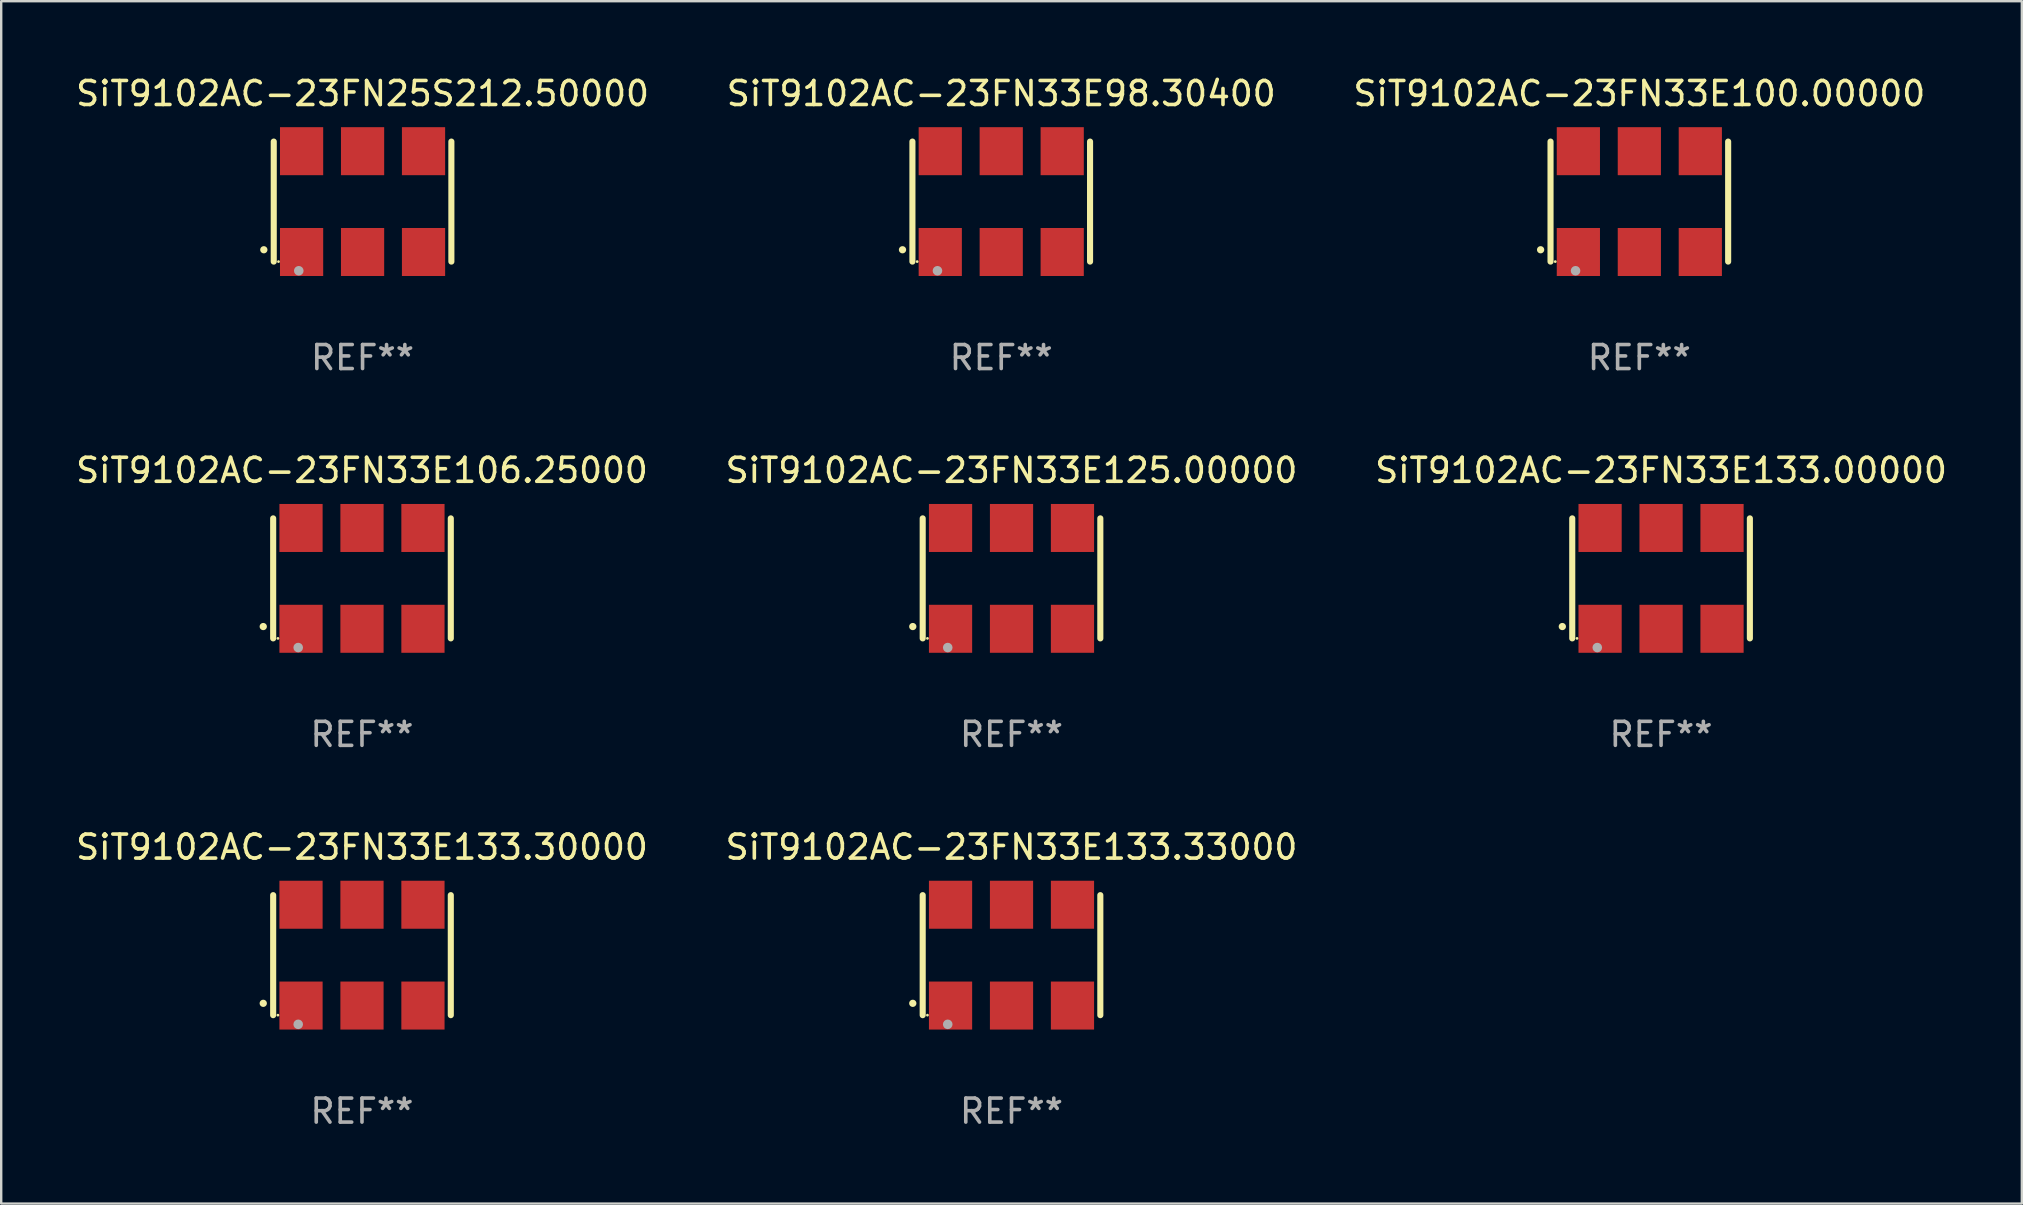
<source format=kicad_pcb>
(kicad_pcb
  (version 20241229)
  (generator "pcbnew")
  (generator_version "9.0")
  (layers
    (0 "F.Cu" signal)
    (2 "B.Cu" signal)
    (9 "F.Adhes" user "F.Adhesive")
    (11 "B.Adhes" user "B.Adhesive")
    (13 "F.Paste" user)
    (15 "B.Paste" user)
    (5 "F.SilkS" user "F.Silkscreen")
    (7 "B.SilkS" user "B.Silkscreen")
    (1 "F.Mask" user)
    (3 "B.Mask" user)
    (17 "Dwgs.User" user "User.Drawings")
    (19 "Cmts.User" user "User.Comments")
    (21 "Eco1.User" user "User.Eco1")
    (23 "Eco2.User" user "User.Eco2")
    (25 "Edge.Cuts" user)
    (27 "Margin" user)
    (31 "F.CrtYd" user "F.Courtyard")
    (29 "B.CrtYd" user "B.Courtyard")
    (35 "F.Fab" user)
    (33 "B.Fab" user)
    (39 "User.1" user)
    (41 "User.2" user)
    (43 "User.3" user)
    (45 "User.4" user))
  (footprint "SiT9102AC-23FN33E98.30400"
    (layer "F.Cu")
    (at 38.661 5.348)
    (property "Reference" "SiT9102AC-23FN33E98.30400" (at 0 -4.5 0) (layer "F.SilkS") (effects (font (size 1 1) (thickness 0.15))))
    (attr through_hole)
    (fp_line (start -3.7 -2.5) (end -3.7 2.5) (stroke (width 0.254) (type solid)) (layer "F.SilkS"))
    (fp_line (start 3.7 -2.5) (end 3.7 2.5) (stroke (width 0.254) (type solid)) (layer "F.SilkS"))
    (fp_arc (start -4.114415 2.006604) (mid -4.113145 2.006599) (end -4.111875 2.006604) (stroke (width 0.3) (type solid)) (layer "F.SilkS"))
    (fp_circle (center -3.502 2.5) (end -3.472 2.5) (stroke (width 0.06) (type solid)) (fill no) (layer "F.SilkS"))
    (fp_circle (center -2.657 2.882) (end -2.557 2.882) (stroke (width 0.2) (type solid)) (fill no) (layer "F.Fab"))
    (fp_text user "REF**" (at 0 6.5 0) (layer "F.Fab") (effects (font (size 1 1) (thickness 0.15))))
    (pad "1" smd rect (at -2.54 2.1) (size 1.8 2) (layers "F.Cu" "F.Mask" "F.Paste"))
    (pad "2" smd rect (at 0.000394 2.1) (size 1.8 2) (layers "F.Cu" "F.Mask" "F.Paste"))
    (pad "3" smd rect (at 2.54 2.1) (size 1.8 2) (layers "F.Cu" "F.Mask" "F.Paste"))
    (pad "4" smd rect (at 2.54 -2.1) (size 1.8 2) (layers "F.Cu" "F.Mask" "F.Paste"))
    (pad "5" smd rect (at 0.000394 -2.1) (size 1.8 2) (layers "F.Cu" "F.Mask" "F.Paste"))
    (pad "6" smd rect (at -2.54 -2.1) (size 1.8 2) (layers "F.Cu" "F.Mask" "F.Paste")))
  (footprint "SiT9102AC-23FN33E133.30000"
    (layer "F.Cu")
    (at 12.03 36.741)
    (property "Reference" "SiT9102AC-23FN33E133.30000" (at 0 -4.5 0) (layer "F.SilkS") (effects (font (size 1 1) (thickness 0.15))))
    (attr through_hole)
    (fp_line (start -3.7 -2.5) (end -3.7 2.5) (stroke (width 0.254) (type solid)) (layer "F.SilkS"))
    (fp_line (start 3.7 -2.5) (end 3.7 2.5) (stroke (width 0.254) (type solid)) (layer "F.SilkS"))
    (fp_arc (start -4.114415 2.006604) (mid -4.113145 2.006599) (end -4.111875 2.006604) (stroke (width 0.3) (type solid)) (layer "F.SilkS"))
    (fp_circle (center -3.502 2.5) (end -3.472 2.5) (stroke (width 0.06) (type solid)) (fill no) (layer "F.SilkS"))
    (fp_circle (center -2.657 2.882) (end -2.557 2.882) (stroke (width 0.2) (type solid)) (fill no) (layer "F.Fab"))
    (fp_text user "REF**" (at 0 6.5 0) (layer "F.Fab") (effects (font (size 1 1) (thickness 0.15))))
    (pad "1" smd rect (at -2.54 2.1) (size 1.8 2) (layers "F.Cu" "F.Mask" "F.Paste"))
    (pad "2" smd rect (at 0.000394 2.1) (size 1.8 2) (layers "F.Cu" "F.Mask" "F.Paste"))
    (pad "3" smd rect (at 2.54 2.1) (size 1.8 2) (layers "F.Cu" "F.Mask" "F.Paste"))
    (pad "4" smd rect (at 2.54 -2.1) (size 1.8 2) (layers "F.Cu" "F.Mask" "F.Paste"))
    (pad "5" smd rect (at 0.000394 -2.1) (size 1.8 2) (layers "F.Cu" "F.Mask" "F.Paste"))
    (pad "6" smd rect (at -2.54 -2.1) (size 1.8 2) (layers "F.Cu" "F.Mask" "F.Paste")))
  (footprint "SiT9102AC-23FN25S212.50000"
    (layer "F.Cu")
    (at 12.054 5.348)
    (property "Reference" "SiT9102AC-23FN25S212.50000" (at 0 -4.5 0) (layer "F.SilkS") (effects (font (size 1 1) (thickness 0.15))))
    (attr through_hole)
    (fp_line (start -3.7 -2.5) (end -3.7 2.5) (stroke (width 0.254) (type solid)) (layer "F.SilkS"))
    (fp_line (start 3.7 -2.5) (end 3.7 2.5) (stroke (width 0.254) (type solid)) (layer "F.SilkS"))
    (fp_arc (start -4.114415 2.006604) (mid -4.113145 2.006599) (end -4.111875 2.006604) (stroke (width 0.3) (type solid)) (layer "F.SilkS"))
    (fp_circle (center -3.502 2.5) (end -3.472 2.5) (stroke (width 0.06) (type solid)) (fill no) (layer "F.SilkS"))
    (fp_circle (center -2.657 2.882) (end -2.557 2.882) (stroke (width 0.2) (type solid)) (fill no) (layer "F.Fab"))
    (fp_text user "REF**" (at 0 6.5 0) (layer "F.Fab") (effects (font (size 1 1) (thickness 0.15))))
    (pad "1" smd rect (at -2.54 2.1) (size 1.8 2) (layers "F.Cu" "F.Mask" "F.Paste"))
    (pad "2" smd rect (at 0.000394 2.1) (size 1.8 2) (layers "F.Cu" "F.Mask" "F.Paste"))
    (pad "3" smd rect (at 2.54 2.1) (size 1.8 2) (layers "F.Cu" "F.Mask" "F.Paste"))
    (pad "4" smd rect (at 2.54 -2.1) (size 1.8 2) (layers "F.Cu" "F.Mask" "F.Paste"))
    (pad "5" smd rect (at 0.000394 -2.1) (size 1.8 2) (layers "F.Cu" "F.Mask" "F.Paste"))
    (pad "6" smd rect (at -2.54 -2.1) (size 1.8 2) (layers "F.Cu" "F.Mask" "F.Paste")))
  (footprint "SiT9102AC-23FN33E125.00000"
    (layer "F.Cu")
    (at 39.089 21.045)
    (property "Reference" "SiT9102AC-23FN33E125.00000" (at 0 -4.5 0) (layer "F.SilkS") (effects (font (size 1 1) (thickness 0.15))))
    (attr through_hole)
    (fp_line (start -3.7 -2.5) (end -3.7 2.5) (stroke (width 0.254) (type solid)) (layer "F.SilkS"))
    (fp_line (start 3.7 -2.5) (end 3.7 2.5) (stroke (width 0.254) (type solid)) (layer "F.SilkS"))
    (fp_arc (start -4.114415 2.006604) (mid -4.113145 2.006599) (end -4.111875 2.006604) (stroke (width 0.3) (type solid)) (layer "F.SilkS"))
    (fp_circle (center -3.502 2.5) (end -3.472 2.5) (stroke (width 0.06) (type solid)) (fill no) (layer "F.SilkS"))
    (fp_circle (center -2.657 2.882) (end -2.557 2.882) (stroke (width 0.2) (type solid)) (fill no) (layer "F.Fab"))
    (fp_text user "REF**" (at 0 6.5 0) (layer "F.Fab") (effects (font (size 1 1) (thickness 0.15))))
    (pad "1" smd rect (at -2.54 2.1) (size 1.8 2) (layers "F.Cu" "F.Mask" "F.Paste"))
    (pad "2" smd rect (at 0.000394 2.1) (size 1.8 2) (layers "F.Cu" "F.Mask" "F.Paste"))
    (pad "3" smd rect (at 2.54 2.1) (size 1.8 2) (layers "F.Cu" "F.Mask" "F.Paste"))
    (pad "4" smd rect (at 2.54 -2.1) (size 1.8 2) (layers "F.Cu" "F.Mask" "F.Paste"))
    (pad "5" smd rect (at 0.000394 -2.1) (size 1.8 2) (layers "F.Cu" "F.Mask" "F.Paste"))
    (pad "6" smd rect (at -2.54 -2.1) (size 1.8 2) (layers "F.Cu" "F.Mask" "F.Paste")))
  (footprint "SiT9102AC-23FN33E106.25000"
    (layer "F.Cu")
    (at 12.03 21.045)
    (property "Reference" "SiT9102AC-23FN33E106.25000" (at 0 -4.5 0) (layer "F.SilkS") (effects (font (size 1 1) (thickness 0.15))))
    (attr through_hole)
    (fp_line (start -3.7 -2.5) (end -3.7 2.5) (stroke (width 0.254) (type solid)) (layer "F.SilkS"))
    (fp_line (start 3.7 -2.5) (end 3.7 2.5) (stroke (width 0.254) (type solid)) (layer "F.SilkS"))
    (fp_arc (start -4.114415 2.006604) (mid -4.113145 2.006599) (end -4.111875 2.006604) (stroke (width 0.3) (type solid)) (layer "F.SilkS"))
    (fp_circle (center -3.502 2.5) (end -3.472 2.5) (stroke (width 0.06) (type solid)) (fill no) (layer "F.SilkS"))
    (fp_circle (center -2.657 2.882) (end -2.557 2.882) (stroke (width 0.2) (type solid)) (fill no) (layer "F.Fab"))
    (fp_text user "REF**" (at 0 6.5 0) (layer "F.Fab") (effects (font (size 1 1) (thickness 0.15))))
    (pad "1" smd rect (at -2.54 2.1) (size 1.8 2) (layers "F.Cu" "F.Mask" "F.Paste"))
    (pad "2" smd rect (at 0.000394 2.1) (size 1.8 2) (layers "F.Cu" "F.Mask" "F.Paste"))
    (pad "3" smd rect (at 2.54 2.1) (size 1.8 2) (layers "F.Cu" "F.Mask" "F.Paste"))
    (pad "4" smd rect (at 2.54 -2.1) (size 1.8 2) (layers "F.Cu" "F.Mask" "F.Paste"))
    (pad "5" smd rect (at 0.000394 -2.1) (size 1.8 2) (layers "F.Cu" "F.Mask" "F.Paste"))
    (pad "6" smd rect (at -2.54 -2.1) (size 1.8 2) (layers "F.Cu" "F.Mask" "F.Paste")))
  (footprint "SiT9102AC-23FN33E100.00000"
    (layer "F.Cu")
    (at 65.244 5.348)
    (property "Reference" "SiT9102AC-23FN33E100.00000" (at 0 -4.5 0) (layer "F.SilkS") (effects (font (size 1 1) (thickness 0.15))))
    (attr through_hole)
    (fp_line (start -3.7 -2.5) (end -3.7 2.5) (stroke (width 0.254) (type solid)) (layer "F.SilkS"))
    (fp_line (start 3.7 -2.5) (end 3.7 2.5) (stroke (width 0.254) (type solid)) (layer "F.SilkS"))
    (fp_arc (start -4.114415 2.006604) (mid -4.113145 2.006599) (end -4.111875 2.006604) (stroke (width 0.3) (type solid)) (layer "F.SilkS"))
    (fp_circle (center -3.502 2.5) (end -3.472 2.5) (stroke (width 0.06) (type solid)) (fill no) (layer "F.SilkS"))
    (fp_circle (center -2.657 2.882) (end -2.557 2.882) (stroke (width 0.2) (type solid)) (fill no) (layer "F.Fab"))
    (fp_text user "REF**" (at 0 6.5 0) (layer "F.Fab") (effects (font (size 1 1) (thickness 0.15))))
    (pad "1" smd rect (at -2.54 2.1) (size 1.8 2) (layers "F.Cu" "F.Mask" "F.Paste"))
    (pad "2" smd rect (at 0.000394 2.1) (size 1.8 2) (layers "F.Cu" "F.Mask" "F.Paste"))
    (pad "3" smd rect (at 2.54 2.1) (size 1.8 2) (layers "F.Cu" "F.Mask" "F.Paste"))
    (pad "4" smd rect (at 2.54 -2.1) (size 1.8 2) (layers "F.Cu" "F.Mask" "F.Paste"))
    (pad "5" smd rect (at 0.000394 -2.1) (size 1.8 2) (layers "F.Cu" "F.Mask" "F.Paste"))
    (pad "6" smd rect (at -2.54 -2.1) (size 1.8 2) (layers "F.Cu" "F.Mask" "F.Paste")))
  (footprint "SiT9102AC-23FN33E133.33000"
    (layer "F.Cu")
    (at 39.089 36.741)
    (property "Reference" "SiT9102AC-23FN33E133.33000" (at 0 -4.5 0) (layer "F.SilkS") (effects (font (size 1 1) (thickness 0.15))))
    (attr through_hole)
    (fp_line (start -3.7 -2.5) (end -3.7 2.5) (stroke (width 0.254) (type solid)) (layer "F.SilkS"))
    (fp_line (start 3.7 -2.5) (end 3.7 2.5) (stroke (width 0.254) (type solid)) (layer "F.SilkS"))
    (fp_arc (start -4.114415 2.006604) (mid -4.113145 2.006599) (end -4.111875 2.006604) (stroke (width 0.3) (type solid)) (layer "F.SilkS"))
    (fp_circle (center -3.502 2.5) (end -3.472 2.5) (stroke (width 0.06) (type solid)) (fill no) (layer "F.SilkS"))
    (fp_circle (center -2.657 2.882) (end -2.557 2.882) (stroke (width 0.2) (type solid)) (fill no) (layer "F.Fab"))
    (fp_text user "REF**" (at 0 6.5 0) (layer "F.Fab") (effects (font (size 1 1) (thickness 0.15))))
    (pad "1" smd rect (at -2.54 2.1) (size 1.8 2) (layers "F.Cu" "F.Mask" "F.Paste"))
    (pad "2" smd rect (at 0.000394 2.1) (size 1.8 2) (layers "F.Cu" "F.Mask" "F.Paste"))
    (pad "3" smd rect (at 2.54 2.1) (size 1.8 2) (layers "F.Cu" "F.Mask" "F.Paste"))
    (pad "4" smd rect (at 2.54 -2.1) (size 1.8 2) (layers "F.Cu" "F.Mask" "F.Paste"))
    (pad "5" smd rect (at 0.000394 -2.1) (size 1.8 2) (layers "F.Cu" "F.Mask" "F.Paste"))
    (pad "6" smd rect (at -2.54 -2.1) (size 1.8 2) (layers "F.Cu" "F.Mask" "F.Paste")))
  (footprint "SiT9102AC-23FN33E133.00000"
    (layer "F.Cu")
    (at 66.149 21.045)
    (property "Reference" "SiT9102AC-23FN33E133.00000" (at 0 -4.5 0) (layer "F.SilkS") (effects (font (size 1 1) (thickness 0.15))))
    (attr through_hole)
    (fp_line (start -3.7 -2.5) (end -3.7 2.5) (stroke (width 0.254) (type solid)) (layer "F.SilkS"))
    (fp_line (start 3.7 -2.5) (end 3.7 2.5) (stroke (width 0.254) (type solid)) (layer "F.SilkS"))
    (fp_arc (start -4.114415 2.006604) (mid -4.113145 2.006599) (end -4.111875 2.006604) (stroke (width 0.3) (type solid)) (layer "F.SilkS"))
    (fp_circle (center -3.502 2.5) (end -3.472 2.5) (stroke (width 0.06) (type solid)) (fill no) (layer "F.SilkS"))
    (fp_circle (center -2.657 2.882) (end -2.557 2.882) (stroke (width 0.2) (type solid)) (fill no) (layer "F.Fab"))
    (fp_text user "REF**" (at 0 6.5 0) (layer "F.Fab") (effects (font (size 1 1) (thickness 0.15))))
    (pad "1" smd rect (at -2.54 2.1) (size 1.8 2) (layers "F.Cu" "F.Mask" "F.Paste"))
    (pad "2" smd rect (at 0.000394 2.1) (size 1.8 2) (layers "F.Cu" "F.Mask" "F.Paste"))
    (pad "3" smd rect (at 2.54 2.1) (size 1.8 2) (layers "F.Cu" "F.Mask" "F.Paste"))
    (pad "4" smd rect (at 2.54 -2.1) (size 1.8 2) (layers "F.Cu" "F.Mask" "F.Paste"))
    (pad "5" smd rect (at 0.000394 -2.1) (size 1.8 2) (layers "F.Cu" "F.Mask" "F.Paste"))
    (pad "6" smd rect (at -2.54 -2.1) (size 1.8 2) (layers "F.Cu" "F.Mask" "F.Paste")))
  (gr_rect
    (start -3 -3)
    (end 81.179 47.09)
    (stroke (width 0.1) (type default))
    (fill no)
    (layer "Edge.Cuts")))
</source>
